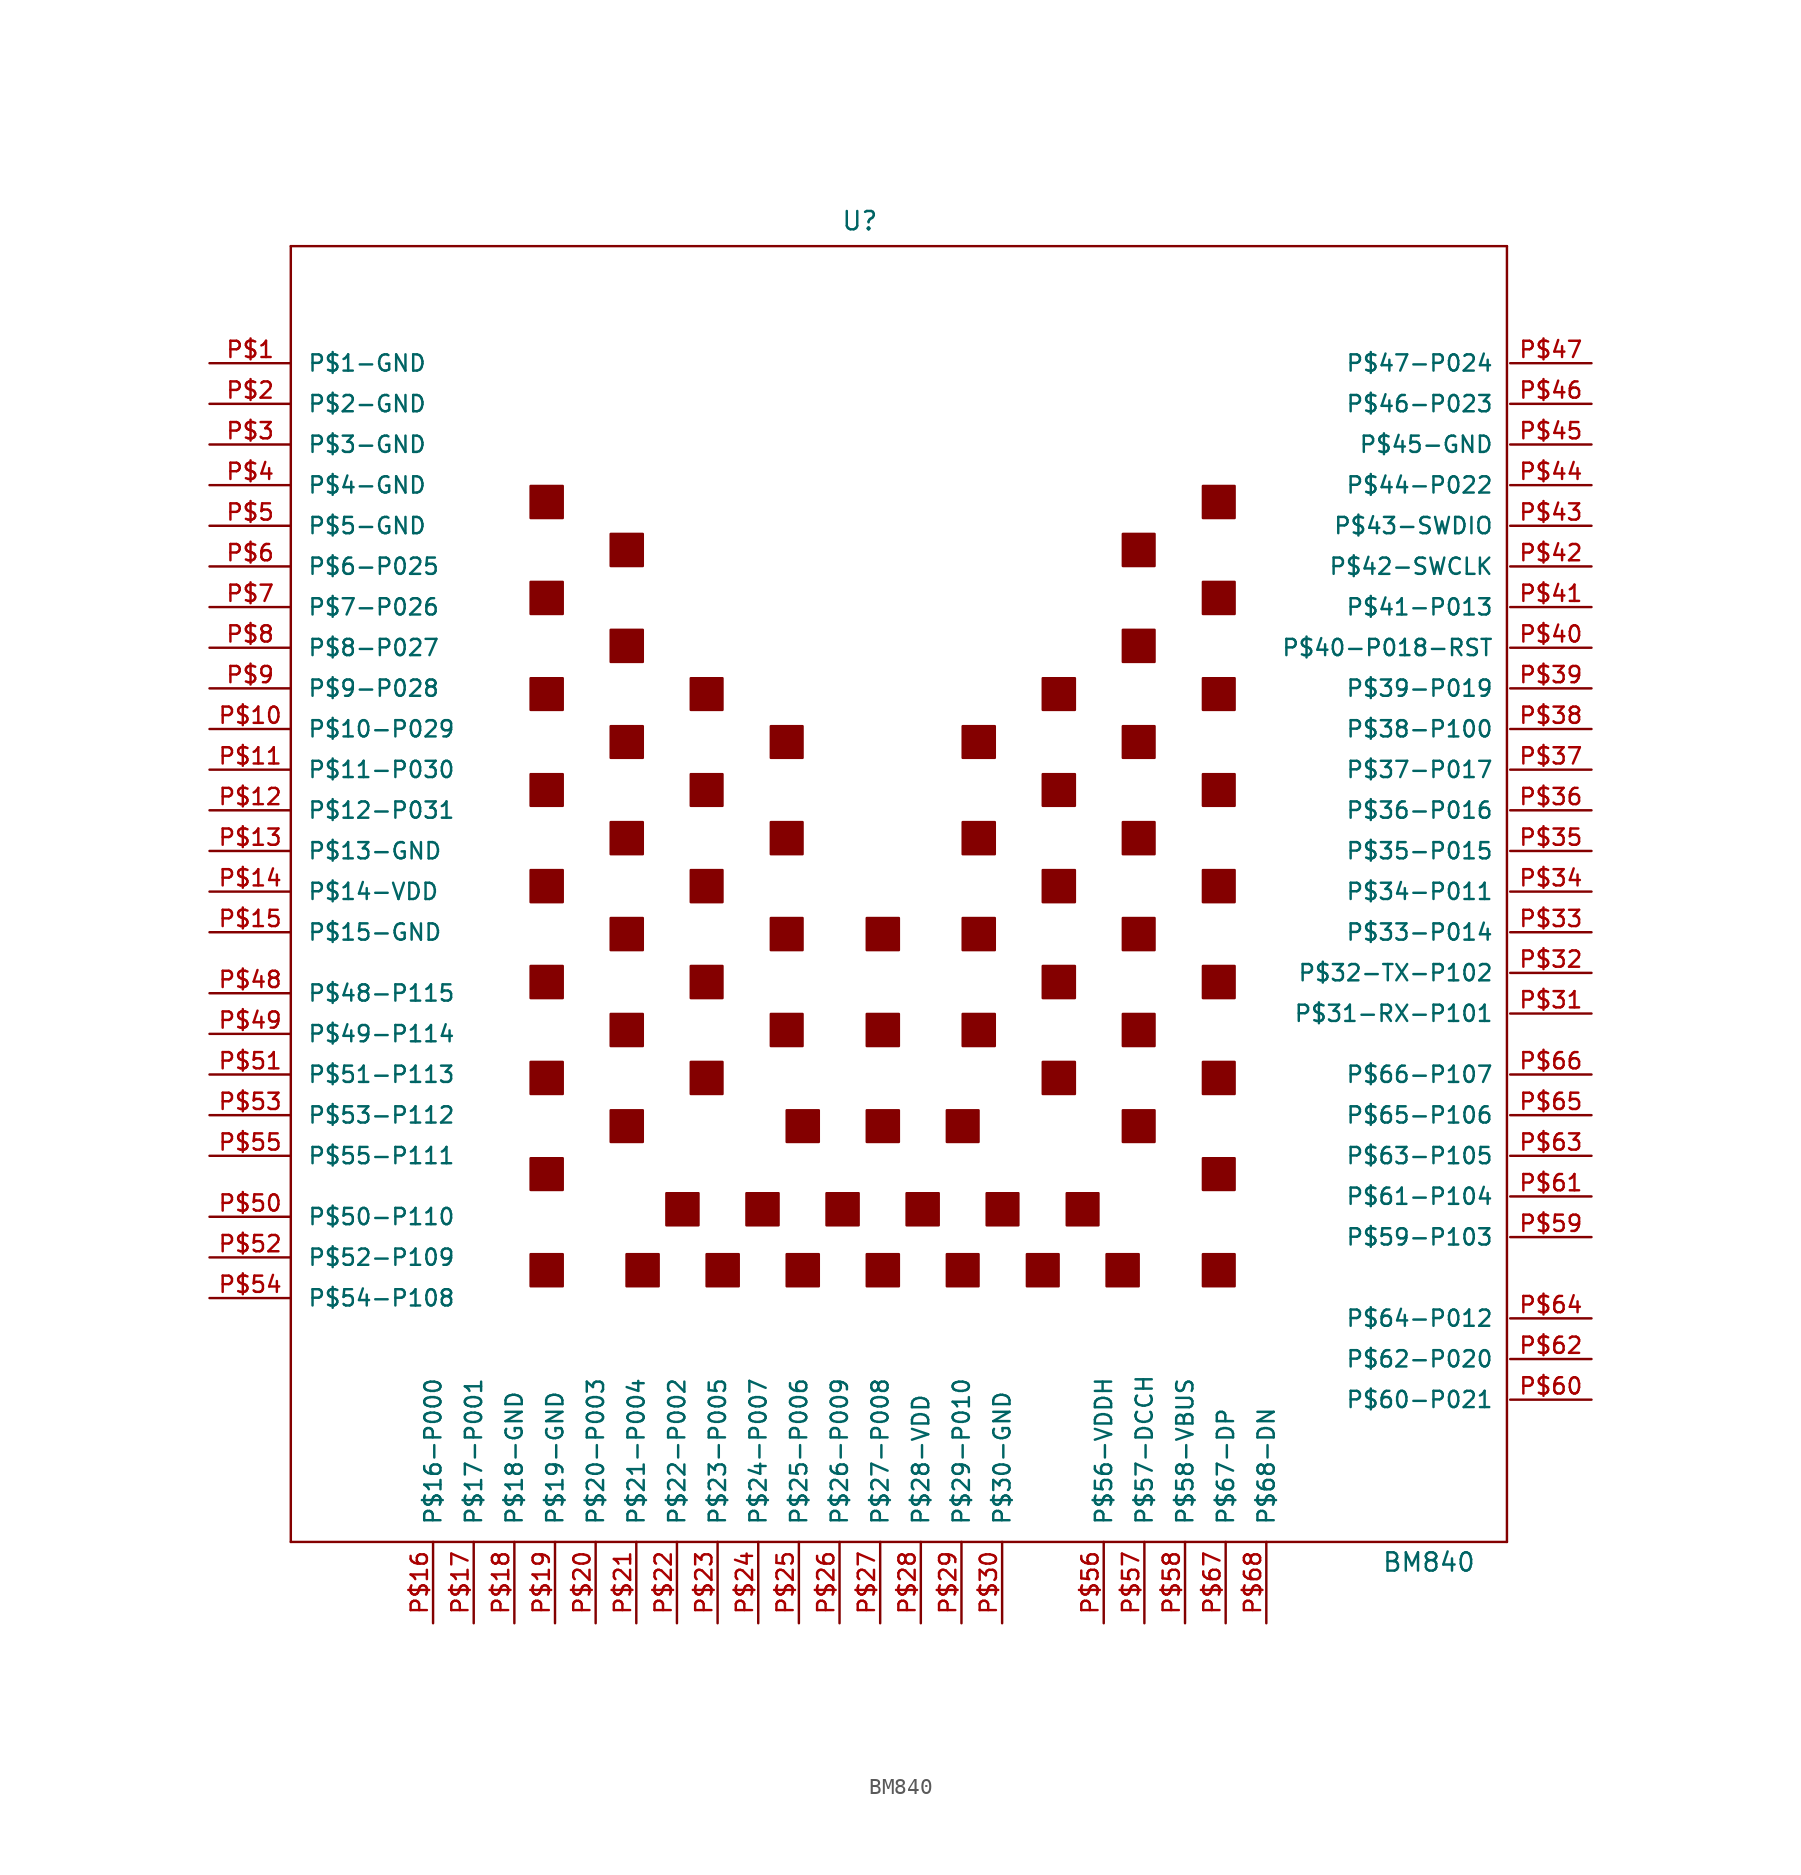
<source format=kicad_sym>
(kicad_symbol_lib
  (version 20220914)
  (generator kicad_symbol_editor)
  (symbol "BM840"
    (pin_names
      (offset 1.016))
    (property "Reference" "U"
      (at -1.27 44.45 0)
      (effects (font (size 1.143 1.143))))
    (property "Value" "BM840"
      (at 34.29 -39.37 0)
      (effects (font (size 1.143 1.143))))
    (property "ki_locked" ""
      (at 0 0 0)
      (effects (font (size 1.27 1.27))))
    (symbol "BM840_1_0"
      (polyline (pts (xy -36.83 -38.1) (xy -36.83 42.875)) (stroke (width 0) (type solid)) (fill (type none)))
      (polyline (pts (xy -36.83 42.875) (xy 39.167 42.875)) (stroke (width 0) (type solid)) (fill (type none)))
      (polyline (pts (xy 39.167 -38.1) (xy -36.83 -38.1)) (stroke (width 0) (type solid)) (fill (type none)))
      (polyline (pts (xy 39.167 42.875) (xy 39.167 -38.1)) (stroke (width 0) (type solid)) (fill (type none))))
    (symbol "BM840_1_1"
      (polyline (pts (xy -21.844 -20.117) (xy -19.837 -20.117) (xy -19.837 -20.117) (xy -19.837 -22.123) (xy -19.837 -22.123) (xy -21.844 -22.123) (xy -21.844 -22.123) (xy -21.844 -20.117)) (stroke (width 0) (type solid)) (fill (type outline)))
      (polyline (pts (xy -21.844 -14.122) (xy -19.837 -14.122) (xy -19.837 -14.122) (xy -19.837 -16.104) (xy -19.837 -16.104) (xy -21.844 -16.104) (xy -21.844 -16.104) (xy -21.844 -14.122)) (stroke (width 0) (type solid)) (fill (type outline)))
      (polyline (pts (xy -21.844 -8.103) (xy -19.837 -8.103) (xy -19.837 -8.103) (xy -19.837 -10.109) (xy -19.837 -10.109) (xy -21.844 -10.109) (xy -21.844 -10.109) (xy -21.844 -8.103)) (stroke (width 0) (type solid)) (fill (type outline)))
      (polyline (pts (xy -21.844 -2.108) (xy -19.837 -2.108) (xy -19.837 -2.108) (xy -19.837 -4.115) (xy -19.837 -4.115) (xy -21.844 -4.115) (xy -21.844 -4.115) (xy -21.844 -2.108)) (stroke (width 0) (type solid)) (fill (type outline)))
      (polyline (pts (xy -21.844 3.886) (xy -19.837 3.886) (xy -19.837 3.886) (xy -19.837 1.88) (xy -19.837 1.88) (xy -21.844 1.88) (xy -21.844 1.88) (xy -21.844 3.886)) (stroke (width 0) (type solid)) (fill (type outline)))
      (polyline (pts (xy -21.844 9.881) (xy -19.837 9.881) (xy -19.837 9.881) (xy -19.837 7.899) (xy -19.837 7.899) (xy -21.844 7.899) (xy -21.844 7.899) (xy -21.844 9.881)) (stroke (width 0) (type solid)) (fill (type outline)))
      (polyline (pts (xy -21.844 15.875) (xy -19.837 15.875) (xy -19.837 15.875) (xy -19.837 13.894) (xy -19.837 13.894) (xy -21.844 13.894) (xy -21.844 13.894) (xy -21.844 15.875)) (stroke (width 0) (type solid)) (fill (type outline)))
      (polyline (pts (xy -21.844 21.895) (xy -19.837 21.895) (xy -19.837 21.895) (xy -19.837 19.888) (xy -19.837 19.888) (xy -21.844 19.888) (xy -21.844 19.888) (xy -21.844 21.895)) (stroke (width 0) (type solid)) (fill (type outline)))
      (polyline (pts (xy -21.844 27.889) (xy -19.837 27.889) (xy -19.837 27.889) (xy -19.837 25.883) (xy -19.837 25.883) (xy -21.844 25.883) (xy -21.844 25.883) (xy -21.844 27.889)) (stroke (width 0) (type solid)) (fill (type outline)))
      (polyline (pts (xy -16.84 -11.125) (xy -14.834 -11.125) (xy -14.834 -11.125) (xy -14.834 -13.106) (xy -14.834 -13.106) (xy -16.84 -13.106) (xy -16.84 -13.106) (xy -16.84 -11.125)) (stroke (width 0) (type solid)) (fill (type outline)))
      (polyline (pts (xy -16.84 -5.105) (xy -14.834 -5.105) (xy -14.834 -5.105) (xy -14.834 -7.112) (xy -14.834 -7.112) (xy -16.84 -7.112) (xy -16.84 -7.112) (xy -16.84 -5.105)) (stroke (width 0) (type solid)) (fill (type outline)))
      (polyline (pts (xy -16.84 0.889) (xy -14.834 0.889) (xy -14.834 0.889) (xy -14.834 -1.118) (xy -14.834 -1.118) (xy -16.84 -1.118) (xy -16.84 -1.118) (xy -16.84 0.889)) (stroke (width 0) (type solid)) (fill (type outline)))
      (polyline (pts (xy -16.84 6.883) (xy -14.834 6.883) (xy -14.834 6.883) (xy -14.834 4.877) (xy -14.834 4.877) (xy -16.84 4.877) (xy -16.84 4.877) (xy -16.84 6.883)) (stroke (width 0) (type solid)) (fill (type outline)))
      (polyline (pts (xy -16.84 12.878) (xy -14.834 12.878) (xy -14.834 12.878) (xy -14.834 10.897) (xy -14.834 10.897) (xy -16.84 10.897) (xy -16.84 10.897) (xy -16.84 12.878)) (stroke (width 0) (type solid)) (fill (type outline)))
      (polyline (pts (xy -16.84 18.898) (xy -14.834 18.898) (xy -14.834 18.898) (xy -14.834 16.891) (xy -14.834 16.891) (xy -16.84 16.891) (xy -16.84 16.891) (xy -16.84 18.898)) (stroke (width 0) (type solid)) (fill (type outline)))
      (polyline (pts (xy -16.84 24.892) (xy -14.834 24.892) (xy -14.834 24.892) (xy -14.834 22.885) (xy -14.834 22.885) (xy -16.84 22.885) (xy -16.84 22.885) (xy -16.84 24.892)) (stroke (width 0) (type solid)) (fill (type outline)))
      (polyline (pts (xy -15.85 -20.117) (xy -13.843 -20.117) (xy -13.843 -20.117) (xy -13.843 -22.123) (xy -13.843 -22.123) (xy -15.85 -22.123) (xy -15.85 -22.123) (xy -15.85 -20.117)) (stroke (width 0) (type solid)) (fill (type outline)))
      (polyline (pts (xy -13.36 -16.307) (xy -11.354 -16.307) (xy -11.354 -16.307) (xy -11.354 -18.313) (xy -11.354 -18.313) (xy -13.36 -18.313) (xy -13.36 -18.313) (xy -13.36 -16.307)) (stroke (width 0) (type solid)) (fill (type outline)))
      (polyline (pts (xy -11.836 -8.103) (xy -9.855 -8.103) (xy -9.855 -8.103) (xy -9.855 -10.109) (xy -9.855 -10.109) (xy -11.836 -10.109) (xy -11.836 -10.109) (xy -11.836 -8.103)) (stroke (width 0) (type solid)) (fill (type outline)))
      (polyline (pts (xy -11.836 -2.108) (xy -9.855 -2.108) (xy -9.855 -2.108) (xy -9.855 -4.115) (xy -9.855 -4.115) (xy -11.836 -4.115) (xy -11.836 -4.115) (xy -11.836 -2.108)) (stroke (width 0) (type solid)) (fill (type outline)))
      (polyline (pts (xy -11.836 3.886) (xy -9.855 3.886) (xy -9.855 3.886) (xy -9.855 1.88) (xy -9.855 1.88) (xy -11.836 1.88) (xy -11.836 1.88) (xy -11.836 3.886)) (stroke (width 0) (type solid)) (fill (type outline)))
      (polyline (pts (xy -11.836 9.881) (xy -9.855 9.881) (xy -9.855 9.881) (xy -9.855 7.899) (xy -9.855 7.899) (xy -11.836 7.899) (xy -11.836 7.899) (xy -11.836 9.881)) (stroke (width 0) (type solid)) (fill (type outline)))
      (polyline (pts (xy -11.836 15.875) (xy -9.855 15.875) (xy -9.855 15.875) (xy -9.855 13.894) (xy -9.855 13.894) (xy -11.836 13.894) (xy -11.836 13.894) (xy -11.836 15.875)) (stroke (width 0) (type solid)) (fill (type outline)))
      (polyline (pts (xy -10.846 -20.117) (xy -8.839 -20.117) (xy -8.839 -20.117) (xy -8.839 -22.123) (xy -8.839 -22.123) (xy -10.846 -22.123) (xy -10.846 -22.123) (xy -10.846 -20.117)) (stroke (width 0) (type solid)) (fill (type outline)))
      (polyline (pts (xy -8.357 -16.307) (xy -6.35 -16.307) (xy -6.35 -16.307) (xy -6.35 -18.313) (xy -6.35 -18.313) (xy -8.357 -18.313) (xy -8.357 -18.313) (xy -8.357 -16.307)) (stroke (width 0) (type solid)) (fill (type outline)))
      (polyline (pts (xy -6.833 -5.105) (xy -4.851 -5.105) (xy -4.851 -5.105) (xy -4.851 -7.112) (xy -4.851 -7.112) (xy -6.833 -7.112) (xy -6.833 -7.112) (xy -6.833 -5.105)) (stroke (width 0) (type solid)) (fill (type outline)))
      (polyline (pts (xy -6.833 0.889) (xy -4.851 0.889) (xy -4.851 0.889) (xy -4.851 -1.118) (xy -4.851 -1.118) (xy -6.833 -1.118) (xy -6.833 -1.118) (xy -6.833 0.889)) (stroke (width 0) (type solid)) (fill (type outline)))
      (polyline (pts (xy -6.833 6.883) (xy -4.851 6.883) (xy -4.851 6.883) (xy -4.851 4.877) (xy -4.851 4.877) (xy -6.833 4.877) (xy -6.833 4.877) (xy -6.833 6.883)) (stroke (width 0) (type solid)) (fill (type outline)))
      (polyline (pts (xy -6.833 12.878) (xy -4.851 12.878) (xy -4.851 12.878) (xy -4.851 10.897) (xy -4.851 10.897) (xy -6.833 10.897) (xy -6.833 10.897) (xy -6.833 12.878)) (stroke (width 0) (type solid)) (fill (type outline)))
      (polyline (pts (xy -5.842 -20.117) (xy -3.835 -20.117) (xy -3.835 -20.117) (xy -3.835 -22.123) (xy -3.835 -22.123) (xy -5.842 -22.123) (xy -5.842 -22.123) (xy -5.842 -20.117)) (stroke (width 0) (type solid)) (fill (type outline)))
      (polyline (pts (xy -5.842 -11.125) (xy -3.835 -11.125) (xy -3.835 -11.125) (xy -3.835 -13.106) (xy -3.835 -13.106) (xy -5.842 -13.106) (xy -5.842 -13.106) (xy -5.842 -11.125)) (stroke (width 0) (type solid)) (fill (type outline)))
      (polyline (pts (xy -3.353 -16.307) (xy -1.346 -16.307) (xy -1.346 -16.307) (xy -1.346 -18.313) (xy -1.346 -18.313) (xy -3.353 -18.313) (xy -3.353 -18.313) (xy -3.353 -16.307)) (stroke (width 0) (type solid)) (fill (type outline)))
      (polyline (pts (xy -0.838 -20.117) (xy 1.168 -20.117) (xy 1.168 -20.117) (xy 1.168 -22.123) (xy 1.168 -22.123) (xy -0.838 -22.123) (xy -0.838 -22.123) (xy -0.838 -20.117)) (stroke (width 0) (type solid)) (fill (type outline)))
      (polyline (pts (xy -0.838 -11.125) (xy 1.168 -11.125) (xy 1.168 -11.125) (xy 1.168 -13.106) (xy 1.168 -13.106) (xy -0.838 -13.106) (xy -0.838 -13.106) (xy -0.838 -11.125)) (stroke (width 0) (type solid)) (fill (type outline)))
      (polyline (pts (xy -0.838 -5.105) (xy 1.168 -5.105) (xy 1.168 -5.105) (xy 1.168 -7.112) (xy 1.168 -7.112) (xy -0.838 -7.112) (xy -0.838 -7.112) (xy -0.838 -5.105)) (stroke (width 0) (type solid)) (fill (type outline)))
      (polyline (pts (xy -0.838 0.889) (xy 1.168 0.889) (xy 1.168 0.889) (xy 1.168 -1.118) (xy 1.168 -1.118) (xy -0.838 -1.118) (xy -0.838 -1.118) (xy -0.838 0.889)) (stroke (width 0) (type solid)) (fill (type outline)))
      (polyline (pts (xy 1.651 -16.307) (xy 3.658 -16.307) (xy 3.658 -16.307) (xy 3.658 -18.313) (xy 3.658 -18.313) (xy 1.651 -18.313) (xy 1.651 -18.313) (xy 1.651 -16.307)) (stroke (width 0) (type solid)) (fill (type outline)))
      (polyline (pts (xy 4.166 -20.117) (xy 6.147 -20.117) (xy 6.147 -20.117) (xy 6.147 -22.123) (xy 6.147 -22.123) (xy 4.166 -22.123) (xy 4.166 -22.123) (xy 4.166 -20.117)) (stroke (width 0) (type solid)) (fill (type outline)))
      (polyline (pts (xy 4.166 -11.125) (xy 6.147 -11.125) (xy 6.147 -11.125) (xy 6.147 -13.106) (xy 6.147 -13.106) (xy 4.166 -13.106) (xy 4.166 -13.106) (xy 4.166 -11.125)) (stroke (width 0) (type solid)) (fill (type outline)))
      (polyline (pts (xy 5.156 -5.105) (xy 7.163 -5.105) (xy 7.163 -5.105) (xy 7.163 -7.112) (xy 7.163 -7.112) (xy 5.156 -7.112) (xy 5.156 -7.112) (xy 5.156 -5.105)) (stroke (width 0) (type solid)) (fill (type outline)))
      (polyline (pts (xy 5.156 0.889) (xy 7.163 0.889) (xy 7.163 0.889) (xy 7.163 -1.118) (xy 7.163 -1.118) (xy 5.156 -1.118) (xy 5.156 -1.118) (xy 5.156 0.889)) (stroke (width 0) (type solid)) (fill (type outline)))
      (polyline (pts (xy 5.156 6.883) (xy 7.163 6.883) (xy 7.163 6.883) (xy 7.163 4.877) (xy 7.163 4.877) (xy 5.156 4.877) (xy 5.156 4.877) (xy 5.156 6.883)) (stroke (width 0) (type solid)) (fill (type outline)))
      (polyline (pts (xy 5.156 12.878) (xy 7.163 12.878) (xy 7.163 12.878) (xy 7.163 10.897) (xy 7.163 10.897) (xy 5.156 10.897) (xy 5.156 10.897) (xy 5.156 12.878)) (stroke (width 0) (type solid)) (fill (type outline)))
      (polyline (pts (xy 6.655 -16.307) (xy 8.636 -16.307) (xy 8.636 -16.307) (xy 8.636 -18.313) (xy 8.636 -18.313) (xy 6.655 -18.313) (xy 6.655 -18.313) (xy 6.655 -16.307)) (stroke (width 0) (type solid)) (fill (type outline)))
      (polyline (pts (xy 9.169 -20.117) (xy 11.151 -20.117) (xy 11.151 -20.117) (xy 11.151 -22.123) (xy 11.151 -22.123) (xy 9.169 -22.123) (xy 9.169 -22.123) (xy 9.169 -20.117)) (stroke (width 0) (type solid)) (fill (type outline)))
      (polyline (pts (xy 10.16 -8.103) (xy 12.167 -8.103) (xy 12.167 -8.103) (xy 12.167 -10.109) (xy 12.167 -10.109) (xy 10.16 -10.109) (xy 10.16 -10.109) (xy 10.16 -8.103)) (stroke (width 0) (type solid)) (fill (type outline)))
      (polyline (pts (xy 10.16 -2.108) (xy 12.167 -2.108) (xy 12.167 -2.108) (xy 12.167 -4.115) (xy 12.167 -4.115) (xy 10.16 -4.115) (xy 10.16 -4.115) (xy 10.16 -2.108)) (stroke (width 0) (type solid)) (fill (type outline)))
      (polyline (pts (xy 10.16 3.886) (xy 12.167 3.886) (xy 12.167 3.886) (xy 12.167 1.88) (xy 12.167 1.88) (xy 10.16 1.88) (xy 10.16 1.88) (xy 10.16 3.886)) (stroke (width 0) (type solid)) (fill (type outline)))
      (polyline (pts (xy 10.16 9.881) (xy 12.167 9.881) (xy 12.167 9.881) (xy 12.167 7.899) (xy 12.167 7.899) (xy 10.16 7.899) (xy 10.16 7.899) (xy 10.16 9.881)) (stroke (width 0) (type solid)) (fill (type outline)))
      (polyline (pts (xy 10.16 15.875) (xy 12.167 15.875) (xy 12.167 15.875) (xy 12.167 13.894) (xy 12.167 13.894) (xy 10.16 13.894) (xy 10.16 13.894) (xy 10.16 15.875)) (stroke (width 0) (type solid)) (fill (type outline)))
      (polyline (pts (xy 11.659 -16.307) (xy 13.64 -16.307) (xy 13.64 -16.307) (xy 13.64 -18.313) (xy 13.64 -18.313) (xy 11.659 -18.313) (xy 11.659 -18.313) (xy 11.659 -16.307)) (stroke (width 0) (type solid)) (fill (type outline)))
      (polyline (pts (xy 14.148 -20.117) (xy 16.154 -20.117) (xy 16.154 -20.117) (xy 16.154 -22.123) (xy 16.154 -22.123) (xy 14.148 -22.123) (xy 14.148 -22.123) (xy 14.148 -20.117)) (stroke (width 0) (type solid)) (fill (type outline)))
      (polyline (pts (xy 15.164 -11.125) (xy 17.145 -11.125) (xy 17.145 -11.125) (xy 17.145 -13.106) (xy 17.145 -13.106) (xy 15.164 -13.106) (xy 15.164 -13.106) (xy 15.164 -11.125)) (stroke (width 0) (type solid)) (fill (type outline)))
      (polyline (pts (xy 15.164 -5.105) (xy 17.145 -5.105) (xy 17.145 -5.105) (xy 17.145 -7.112) (xy 17.145 -7.112) (xy 15.164 -7.112) (xy 15.164 -7.112) (xy 15.164 -5.105)) (stroke (width 0) (type solid)) (fill (type outline)))
      (polyline (pts (xy 15.164 0.889) (xy 17.145 0.889) (xy 17.145 0.889) (xy 17.145 -1.118) (xy 17.145 -1.118) (xy 15.164 -1.118) (xy 15.164 -1.118) (xy 15.164 0.889)) (stroke (width 0) (type solid)) (fill (type outline)))
      (polyline (pts (xy 15.164 6.883) (xy 17.145 6.883) (xy 17.145 6.883) (xy 17.145 4.877) (xy 17.145 4.877) (xy 15.164 4.877) (xy 15.164 4.877) (xy 15.164 6.883)) (stroke (width 0) (type solid)) (fill (type outline)))
      (polyline (pts (xy 15.164 12.878) (xy 17.145 12.878) (xy 17.145 12.878) (xy 17.145 10.897) (xy 17.145 10.897) (xy 15.164 10.897) (xy 15.164 10.897) (xy 15.164 12.878)) (stroke (width 0) (type solid)) (fill (type outline)))
      (polyline (pts (xy 15.164 18.898) (xy 17.145 18.898) (xy 17.145 18.898) (xy 17.145 16.891) (xy 17.145 16.891) (xy 15.164 16.891) (xy 15.164 16.891) (xy 15.164 18.898)) (stroke (width 0) (type solid)) (fill (type outline)))
      (polyline (pts (xy 15.164 24.892) (xy 17.145 24.892) (xy 17.145 24.892) (xy 17.145 22.885) (xy 17.145 22.885) (xy 15.164 22.885) (xy 15.164 22.885) (xy 15.164 24.892)) (stroke (width 0) (type solid)) (fill (type outline)))
      (polyline (pts (xy 20.168 -20.117) (xy 22.149 -20.117) (xy 22.149 -20.117) (xy 22.149 -22.123) (xy 22.149 -22.123) (xy 20.168 -22.123) (xy 20.168 -22.123) (xy 20.168 -20.117)) (stroke (width 0) (type solid)) (fill (type outline)))
      (polyline (pts (xy 20.168 -14.122) (xy 22.149 -14.122) (xy 22.149 -14.122) (xy 22.149 -16.104) (xy 22.149 -16.104) (xy 20.168 -16.104) (xy 20.168 -16.104) (xy 20.168 -14.122)) (stroke (width 0) (type solid)) (fill (type outline)))
      (polyline (pts (xy 20.168 -8.103) (xy 22.149 -8.103) (xy 22.149 -8.103) (xy 22.149 -10.109) (xy 22.149 -10.109) (xy 20.168 -10.109) (xy 20.168 -10.109) (xy 20.168 -8.103)) (stroke (width 0) (type solid)) (fill (type outline)))
      (polyline (pts (xy 20.168 -2.108) (xy 22.149 -2.108) (xy 22.149 -2.108) (xy 22.149 -4.115) (xy 22.149 -4.115) (xy 20.168 -4.115) (xy 20.168 -4.115) (xy 20.168 -2.108)) (stroke (width 0) (type solid)) (fill (type outline)))
      (polyline (pts (xy 20.168 3.886) (xy 22.149 3.886) (xy 22.149 3.886) (xy 22.149 1.88) (xy 22.149 1.88) (xy 20.168 1.88) (xy 20.168 1.88) (xy 20.168 3.886)) (stroke (width 0) (type solid)) (fill (type outline)))
      (polyline (pts (xy 20.168 9.881) (xy 22.149 9.881) (xy 22.149 9.881) (xy 22.149 7.899) (xy 22.149 7.899) (xy 20.168 7.899) (xy 20.168 7.899) (xy 20.168 9.881)) (stroke (width 0) (type solid)) (fill (type outline)))
      (polyline (pts (xy 20.168 15.875) (xy 22.149 15.875) (xy 22.149 15.875) (xy 22.149 13.894) (xy 22.149 13.894) (xy 20.168 13.894) (xy 20.168 13.894) (xy 20.168 15.875)) (stroke (width 0) (type solid)) (fill (type outline)))
      (polyline (pts (xy 20.168 21.895) (xy 22.149 21.895) (xy 22.149 21.895) (xy 22.149 19.888) (xy 22.149 19.888) (xy 20.168 19.888) (xy 20.168 19.888) (xy 20.168 21.895)) (stroke (width 0) (type solid)) (fill (type outline)))
      (polyline (pts (xy 20.168 27.889) (xy 22.149 27.889) (xy 22.149 27.889) (xy 22.149 25.883) (xy 22.149 25.883) (xy 20.168 25.883) (xy 20.168 25.883) (xy 20.168 27.889)) (stroke (width 0) (type solid)) (fill (type outline)))
      (pin bidirectional line (at -41.91 35.56 0) (length 5.08) (name "P$1-GND" (effects (font (size 1.016 1.016)))) (number "P$1" (effects (font (size 1.016 1.016)))))
      (pin bidirectional line (at -41.91 12.7 0) (length 5.08) (name "P$10-P029" (effects (font (size 1.016 1.016)))) (number "P$10" (effects (font (size 1.016 1.016)))))
      (pin bidirectional line (at -41.91 10.16 0) (length 5.08) (name "P$11-P030" (effects (font (size 1.016 1.016)))) (number "P$11" (effects (font (size 1.016 1.016)))))
      (pin bidirectional line (at -41.91 7.62 0) (length 5.08) (name "P$12-P031" (effects (font (size 1.016 1.016)))) (number "P$12" (effects (font (size 1.016 1.016)))))
      (pin bidirectional line (at -41.91 5.08 0) (length 5.08) (name "P$13-GND" (effects (font (size 1.016 1.016)))) (number "P$13" (effects (font (size 1.016 1.016)))))
      (pin bidirectional line (at -41.91 2.54 0) (length 5.08) (name "P$14-VDD" (effects (font (size 1.016 1.016)))) (number "P$14" (effects (font (size 1.016 1.016)))))
      (pin bidirectional line (at -41.91 0 0) (length 5.08) (name "P$15-GND" (effects (font (size 1.016 1.016)))) (number "P$15" (effects (font (size 1.016 1.016)))))
      (pin bidirectional line (at -27.94 -43.18 90) (length 5.08) (name "P$16-P000" (effects (font (size 1.016 1.016)))) (number "P$16" (effects (font (size 1.016 1.016)))))
      (pin bidirectional line (at -25.4 -43.18 90) (length 5.08) (name "P$17-P001" (effects (font (size 1.016 1.016)))) (number "P$17" (effects (font (size 1.016 1.016)))))
      (pin bidirectional line (at -22.86 -43.18 90) (length 5.08) (name "P$18-GND" (effects (font (size 1.016 1.016)))) (number "P$18" (effects (font (size 1.016 1.016)))))
      (pin bidirectional line (at -20.32 -43.18 90) (length 5.08) (name "P$19-GND" (effects (font (size 1.016 1.016)))) (number "P$19" (effects (font (size 1.016 1.016)))))
      (pin bidirectional line (at -41.91 33.02 0) (length 5.08) (name "P$2-GND" (effects (font (size 1.016 1.016)))) (number "P$2" (effects (font (size 1.016 1.016)))))
      (pin bidirectional line (at -17.78 -43.18 90) (length 5.08) (name "P$20-P003" (effects (font (size 1.016 1.016)))) (number "P$20" (effects (font (size 1.016 1.016)))))
      (pin bidirectional line (at -15.24 -43.18 90) (length 5.08) (name "P$21-P004" (effects (font (size 1.016 1.016)))) (number "P$21" (effects (font (size 1.016 1.016)))))
      (pin bidirectional line (at -12.7 -43.18 90) (length 5.08) (name "P$22-P002" (effects (font (size 1.016 1.016)))) (number "P$22" (effects (font (size 1.016 1.016)))))
      (pin bidirectional line (at -10.16 -43.18 90) (length 5.08) (name "P$23-P005" (effects (font (size 1.016 1.016)))) (number "P$23" (effects (font (size 1.016 1.016)))))
      (pin bidirectional line (at -7.62 -43.18 90) (length 5.08) (name "P$24-P007" (effects (font (size 1.016 1.016)))) (number "P$24" (effects (font (size 1.016 1.016)))))
      (pin bidirectional line (at -5.08 -43.18 90) (length 5.08) (name "P$25-P006" (effects (font (size 1.016 1.016)))) (number "P$25" (effects (font (size 1.016 1.016)))))
      (pin bidirectional line (at -2.54 -43.18 90) (length 5.08) (name "P$26-P009" (effects (font (size 1.016 1.016)))) (number "P$26" (effects (font (size 1.016 1.016)))))
      (pin bidirectional line (at 0 -43.18 90) (length 5.08) (name "P$27-P008" (effects (font (size 1.016 1.016)))) (number "P$27" (effects (font (size 1.016 1.016)))))
      (pin bidirectional line (at 2.54 -43.18 90) (length 5.08) (name "P$28-VDD" (effects (font (size 1.016 1.016)))) (number "P$28" (effects (font (size 1.016 1.016)))))
      (pin bidirectional line (at 5.08 -43.18 90) (length 5.08) (name "P$29-P010" (effects (font (size 1.016 1.016)))) (number "P$29" (effects (font (size 1.016 1.016)))))
      (pin bidirectional line (at -41.91 30.48 0) (length 5.08) (name "P$3-GND" (effects (font (size 1.016 1.016)))) (number "P$3" (effects (font (size 1.016 1.016)))))
      (pin bidirectional line (at 7.62 -43.18 90) (length 5.08) (name "P$30-GND" (effects (font (size 1.016 1.016)))) (number "P$30" (effects (font (size 1.016 1.016)))))
      (pin bidirectional line (at 44.45 -5.08 180) (length 5.08) (name "P$31-RX-P101" (effects (font (size 1.016 1.016)))) (number "P$31" (effects (font (size 1.016 1.016)))))
      (pin bidirectional line (at 44.45 -2.54 180) (length 5.08) (name "P$32-TX-P102" (effects (font (size 1.016 1.016)))) (number "P$32" (effects (font (size 1.016 1.016)))))
      (pin bidirectional line (at 44.45 0 180) (length 5.08) (name "P$33-P014" (effects (font (size 1.016 1.016)))) (number "P$33" (effects (font (size 1.016 1.016)))))
      (pin bidirectional line (at 44.45 2.54 180) (length 5.08) (name "P$34-P011" (effects (font (size 1.016 1.016)))) (number "P$34" (effects (font (size 1.016 1.016)))))
      (pin bidirectional line (at 44.45 5.08 180) (length 5.08) (name "P$35-P015" (effects (font (size 1.016 1.016)))) (number "P$35" (effects (font (size 1.016 1.016)))))
      (pin bidirectional line (at 44.45 7.62 180) (length 5.08) (name "P$36-P016" (effects (font (size 1.016 1.016)))) (number "P$36" (effects (font (size 1.016 1.016)))))
      (pin bidirectional line (at 44.45 10.16 180) (length 5.08) (name "P$37-P017" (effects (font (size 1.016 1.016)))) (number "P$37" (effects (font (size 1.016 1.016)))))
      (pin bidirectional line (at 44.45 12.7 180) (length 5.08) (name "P$38-P100" (effects (font (size 1.016 1.016)))) (number "P$38" (effects (font (size 1.016 1.016)))))
      (pin bidirectional line (at 44.45 15.24 180) (length 5.08) (name "P$39-P019" (effects (font (size 1.016 1.016)))) (number "P$39" (effects (font (size 1.016 1.016)))))
      (pin bidirectional line (at -41.91 27.94 0) (length 5.08) (name "P$4-GND" (effects (font (size 1.016 1.016)))) (number "P$4" (effects (font (size 1.016 1.016)))))
      (pin bidirectional line (at 44.45 17.78 180) (length 5.08) (name "P$40-P018-RST" (effects (font (size 1.016 1.016)))) (number "P$40" (effects (font (size 1.016 1.016)))))
      (pin bidirectional line (at 44.45 20.32 180) (length 5.08) (name "P$41-P013" (effects (font (size 1.016 1.016)))) (number "P$41" (effects (font (size 1.016 1.016)))))
      (pin bidirectional line (at 44.45 22.86 180) (length 5.08) (name "P$42-SWCLK" (effects (font (size 1.016 1.016)))) (number "P$42" (effects (font (size 1.016 1.016)))))
      (pin bidirectional line (at 44.45 25.4 180) (length 5.08) (name "P$43-SWDIO" (effects (font (size 1.016 1.016)))) (number "P$43" (effects (font (size 1.016 1.016)))))
      (pin bidirectional line (at 44.45 27.94 180) (length 5.08) (name "P$44-P022" (effects (font (size 1.016 1.016)))) (number "P$44" (effects (font (size 1.016 1.016)))))
      (pin bidirectional line (at 44.45 30.48 180) (length 5.08) (name "P$45-GND" (effects (font (size 1.016 1.016)))) (number "P$45" (effects (font (size 1.016 1.016)))))
      (pin bidirectional line (at 44.45 33.02 180) (length 5.08) (name "P$46-P023" (effects (font (size 1.016 1.016)))) (number "P$46" (effects (font (size 1.016 1.016)))))
      (pin bidirectional line (at 44.45 35.56 180) (length 5.08) (name "P$47-P024" (effects (font (size 1.016 1.016)))) (number "P$47" (effects (font (size 1.016 1.016)))))
      (pin bidirectional line (at -41.91 -3.81 0) (length 5.08) (name "P$48-P115" (effects (font (size 1.016 1.016)))) (number "P$48" (effects (font (size 1.016 1.016)))))
      (pin bidirectional line (at -41.91 -6.35 0) (length 5.08) (name "P$49-P114" (effects (font (size 1.016 1.016)))) (number "P$49" (effects (font (size 1.016 1.016)))))
      (pin bidirectional line (at -41.91 25.4 0) (length 5.08) (name "P$5-GND" (effects (font (size 1.016 1.016)))) (number "P$5" (effects (font (size 1.016 1.016)))))
      (pin bidirectional line (at -41.91 -17.78 0) (length 5.08) (name "P$50-P110" (effects (font (size 1.016 1.016)))) (number "P$50" (effects (font (size 1.016 1.016)))))
      (pin bidirectional line (at -41.91 -8.89 0) (length 5.08) (name "P$51-P113" (effects (font (size 1.016 1.016)))) (number "P$51" (effects (font (size 1.016 1.016)))))
      (pin bidirectional line (at -41.91 -20.32 0) (length 5.08) (name "P$52-P109" (effects (font (size 1.016 1.016)))) (number "P$52" (effects (font (size 1.016 1.016)))))
      (pin bidirectional line (at -41.91 -11.43 0) (length 5.08) (name "P$53-P112" (effects (font (size 1.016 1.016)))) (number "P$53" (effects (font (size 1.016 1.016)))))
      (pin bidirectional line (at -41.91 -22.86 0) (length 5.08) (name "P$54-P108" (effects (font (size 1.016 1.016)))) (number "P$54" (effects (font (size 1.016 1.016)))))
      (pin bidirectional line (at -41.91 -13.97 0) (length 5.08) (name "P$55-P111" (effects (font (size 1.016 1.016)))) (number "P$55" (effects (font (size 1.016 1.016)))))
      (pin bidirectional line (at 13.97 -43.18 90) (length 5.08) (name "P$56-VDDH" (effects (font (size 1.016 1.016)))) (number "P$56" (effects (font (size 1.016 1.016)))))
      (pin bidirectional line (at 16.51 -43.18 90) (length 5.08) (name "P$57-DCCH" (effects (font (size 1.016 1.016)))) (number "P$57" (effects (font (size 1.016 1.016)))))
      (pin bidirectional line (at 19.05 -43.18 90) (length 5.08) (name "P$58-VBUS" (effects (font (size 1.016 1.016)))) (number "P$58" (effects (font (size 1.016 1.016)))))
      (pin bidirectional line (at 44.45 -19.05 180) (length 5.08) (name "P$59-P103" (effects (font (size 1.016 1.016)))) (number "P$59" (effects (font (size 1.016 1.016)))))
      (pin bidirectional line (at -41.91 22.86 0) (length 5.08) (name "P$6-P025" (effects (font (size 1.016 1.016)))) (number "P$6" (effects (font (size 1.016 1.016)))))
      (pin bidirectional line (at 44.45 -29.21 180) (length 5.08) (name "P$60-P021" (effects (font (size 1.016 1.016)))) (number "P$60" (effects (font (size 1.016 1.016)))))
      (pin bidirectional line (at 44.45 -16.51 180) (length 5.08) (name "P$61-P104" (effects (font (size 1.016 1.016)))) (number "P$61" (effects (font (size 1.016 1.016)))))
      (pin bidirectional line (at 44.45 -26.67 180) (length 5.08) (name "P$62-P020" (effects (font (size 1.016 1.016)))) (number "P$62" (effects (font (size 1.016 1.016)))))
      (pin bidirectional line (at 44.45 -13.97 180) (length 5.08) (name "P$63-P105" (effects (font (size 1.016 1.016)))) (number "P$63" (effects (font (size 1.016 1.016)))))
      (pin bidirectional line (at 44.45 -24.13 180) (length 5.08) (name "P$64-P012" (effects (font (size 1.016 1.016)))) (number "P$64" (effects (font (size 1.016 1.016)))))
      (pin bidirectional line (at 44.45 -11.43 180) (length 5.08) (name "P$65-P106" (effects (font (size 1.016 1.016)))) (number "P$65" (effects (font (size 1.016 1.016)))))
      (pin bidirectional line (at 44.45 -8.89 180) (length 5.08) (name "P$66-P107" (effects (font (size 1.016 1.016)))) (number "P$66" (effects (font (size 1.016 1.016)))))
      (pin bidirectional line (at 21.59 -43.18 90) (length 5.08) (name "P$67-DP" (effects (font (size 1.016 1.016)))) (number "P$67" (effects (font (size 1.016 1.016)))))
      (pin bidirectional line (at 24.13 -43.18 90) (length 5.08) (name "P$68-DN" (effects (font (size 1.016 1.016)))) (number "P$68" (effects (font (size 1.016 1.016)))))
      (pin bidirectional line (at -41.91 20.32 0) (length 5.08) (name "P$7-P026" (effects (font (size 1.016 1.016)))) (number "P$7" (effects (font (size 1.016 1.016)))))
      (pin bidirectional line (at -41.91 17.78 0) (length 5.08) (name "P$8-P027" (effects (font (size 1.016 1.016)))) (number "P$8" (effects (font (size 1.016 1.016)))))
      (pin bidirectional line (at -41.91 15.24 0) (length 5.08) (name "P$9-P028" (effects (font (size 1.016 1.016)))) (number "P$9" (effects (font (size 1.016 1.016))))))))
</source>
